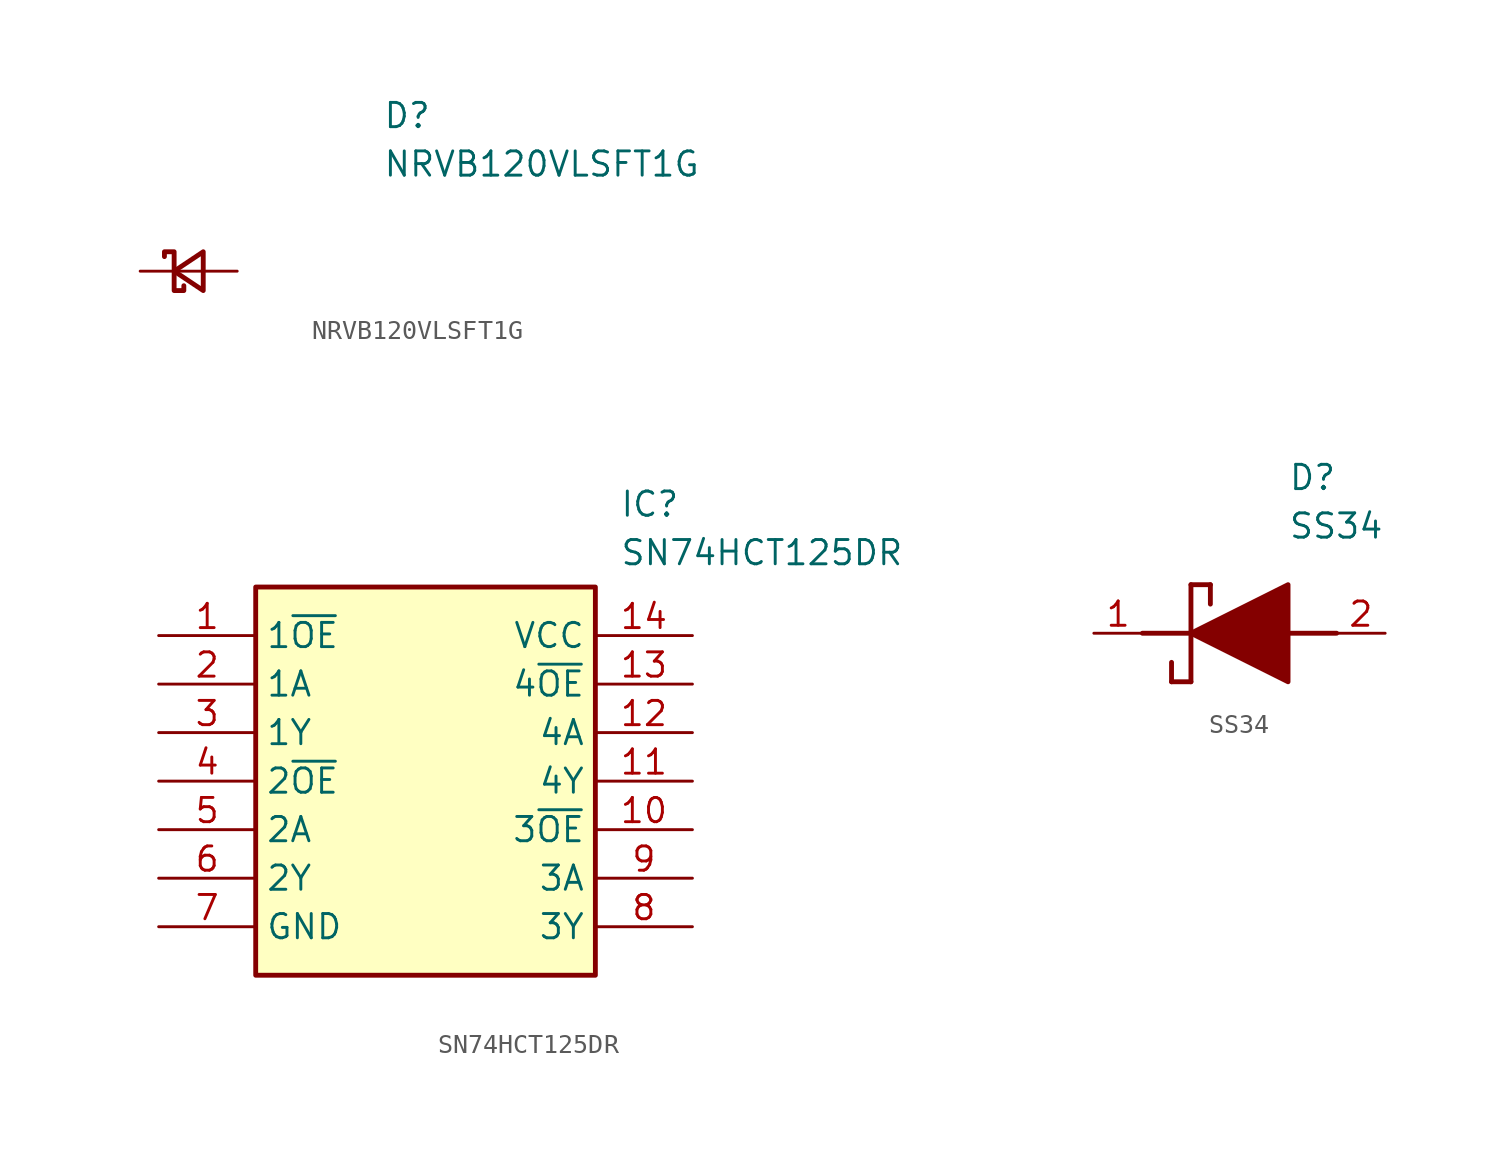
<source format=kicad_sym>
(kicad_symbol_lib
  (version 20231120)
  (generator "kicad_symbol_editor")
  (generator_version "8.0")
  (symbol "NRVB120VLSFT1G"
    (pin_numbers hide)
    (pin_names hide)
    (property "Reference" "D"
      (at 12.7 8.89 0)
      (effects (font (size 1.27 1.27)) (justify left top)))
    (property "Value" "NRVB120VLSFT1G"
      (at 12.7 6.35 0)
      (effects (font (size 1.27 1.27)) (justify left top)))
    (symbol "NRVB120VLSFT1G_0_1"
      (polyline (pts (xy 1.778 0) (xy 3.302 0)) (stroke (width 0) (type default)) (fill (type none)))
      (polyline (pts (xy 3.302 -1.016) (xy 1.778 0) (xy 3.302 1.016) (xy 3.302 -1.016)) (stroke (width 0.254) (type default)) (fill (type none)))
      (polyline (pts (xy 1.27 0.762) (xy 1.27 1.016) (xy 1.778 1.016) (xy 1.778 -1.016) (xy 2.286 -1.016) (xy 2.286 -0.762)) (stroke (width 0.254) (type default)) (fill (type none))))
    (symbol "NRVB120VLSFT1G_1_1"
      (pin passive line (at 0 0 0) (length 1.778) (name "K" (effects (font (size 1.27 1.27)))) (number "1" (effects (font (size 1.27 1.27)))))
      (pin passive line (at 5.08 0 180) (length 1.778) (name "A" (effects (font (size 1.27 1.27)))) (number "2" (effects (font (size 1.27 1.27)))))))
  (symbol "SN74HCT125DR"
    (property "Reference" "IC"
      (at 24.13 7.62 0)
      (effects (font (size 1.27 1.27)) (justify left top)))
    (property "Value" "SN74HCT125DR"
      (at 24.13 5.08 0)
      (effects (font (size 1.27 1.27)) (justify left top)))
    (symbol "SN74HCT125DR_1_1"
      (rectangle (start 5.08 2.54) (end 22.86 -17.78) (stroke (width 0.254) (type default)) (fill (type background)))
      (pin passive line (at 0 0 0) (length 5.08) (name "1~{OE}" (effects (font (size 1.27 1.27)))) (number "1" (effects (font (size 1.27 1.27)))))
      (pin passive line (at 27.94 -10.16 180) (length 5.08) (name "3~{OE}" (effects (font (size 1.27 1.27)))) (number "10" (effects (font (size 1.27 1.27)))))
      (pin passive line (at 27.94 -7.62 180) (length 5.08) (name "4Y" (effects (font (size 1.27 1.27)))) (number "11" (effects (font (size 1.27 1.27)))))
      (pin passive line (at 27.94 -5.08 180) (length 5.08) (name "4A" (effects (font (size 1.27 1.27)))) (number "12" (effects (font (size 1.27 1.27)))))
      (pin passive line (at 27.94 -2.54 180) (length 5.08) (name "4~{OE}" (effects (font (size 1.27 1.27)))) (number "13" (effects (font (size 1.27 1.27)))))
      (pin passive line (at 27.94 0 180) (length 5.08) (name "VCC" (effects (font (size 1.27 1.27)))) (number "14" (effects (font (size 1.27 1.27)))))
      (pin passive line (at 0 -2.54 0) (length 5.08) (name "1A" (effects (font (size 1.27 1.27)))) (number "2" (effects (font (size 1.27 1.27)))))
      (pin passive line (at 0 -5.08 0) (length 5.08) (name "1Y" (effects (font (size 1.27 1.27)))) (number "3" (effects (font (size 1.27 1.27)))))
      (pin passive line (at 0 -7.62 0) (length 5.08) (name "2~{OE}" (effects (font (size 1.27 1.27)))) (number "4" (effects (font (size 1.27 1.27)))))
      (pin passive line (at 0 -10.16 0) (length 5.08) (name "2A" (effects (font (size 1.27 1.27)))) (number "5" (effects (font (size 1.27 1.27)))))
      (pin passive line (at 0 -12.7 0) (length 5.08) (name "2Y" (effects (font (size 1.27 1.27)))) (number "6" (effects (font (size 1.27 1.27)))))
      (pin passive line (at 0 -15.24 0) (length 5.08) (name "GND" (effects (font (size 1.27 1.27)))) (number "7" (effects (font (size 1.27 1.27)))))
      (pin passive line (at 27.94 -15.24 180) (length 5.08) (name "3Y" (effects (font (size 1.27 1.27)))) (number "8" (effects (font (size 1.27 1.27)))))
      (pin passive line (at 27.94 -12.7 180) (length 5.08) (name "3A" (effects (font (size 1.27 1.27)))) (number "9" (effects (font (size 1.27 1.27)))))))
  (symbol "SS34"
    (pin_names hide)
    (property "Reference" "D"
      (at 12.7 8.89 0)
      (effects (font (size 1.27 1.27)) (justify left top)))
    (property "Value" "SS34"
      (at 12.7 6.35 0)
      (effects (font (size 1.27 1.27)) (justify left top)))
    (symbol "SS34_1_1"
      (polyline (pts (xy 5.08 0) (xy 7.62 0)) (stroke (width 0.254) (type default)) (fill (type none)))
      (polyline (pts (xy 6.604 -1.524) (xy 6.604 -2.54)) (stroke (width 0.254) (type default)) (fill (type none)))
      (polyline (pts (xy 7.62 -2.54) (xy 6.604 -2.54)) (stroke (width 0.254) (type default)) (fill (type none)))
      (polyline (pts (xy 7.62 2.54) (xy 7.62 -2.54)) (stroke (width 0.254) (type default)) (fill (type none)))
      (polyline (pts (xy 7.62 2.54) (xy 8.636 2.54)) (stroke (width 0.254) (type default)) (fill (type none)))
      (polyline (pts (xy 8.636 1.524) (xy 8.636 2.54)) (stroke (width 0.254) (type default)) (fill (type none)))
      (polyline (pts (xy 12.7 0) (xy 15.24 0)) (stroke (width 0.254) (type default)) (fill (type none)))
      (polyline (pts (xy 7.62 0) (xy 12.7 2.54) (xy 12.7 -2.54) (xy 7.62 0)) (stroke (width 0.254) (type default)) (fill (type outline)))
      (pin passive line (at 2.54 0 0) (length 2.54) (name "K" (effects (font (size 1.27 1.27)))) (number "1" (effects (font (size 1.27 1.27)))))
      (pin passive line (at 17.78 0 180) (length 2.54) (name "A" (effects (font (size 1.27 1.27)))) (number "2" (effects (font (size 1.27 1.27))))))))
</source>
